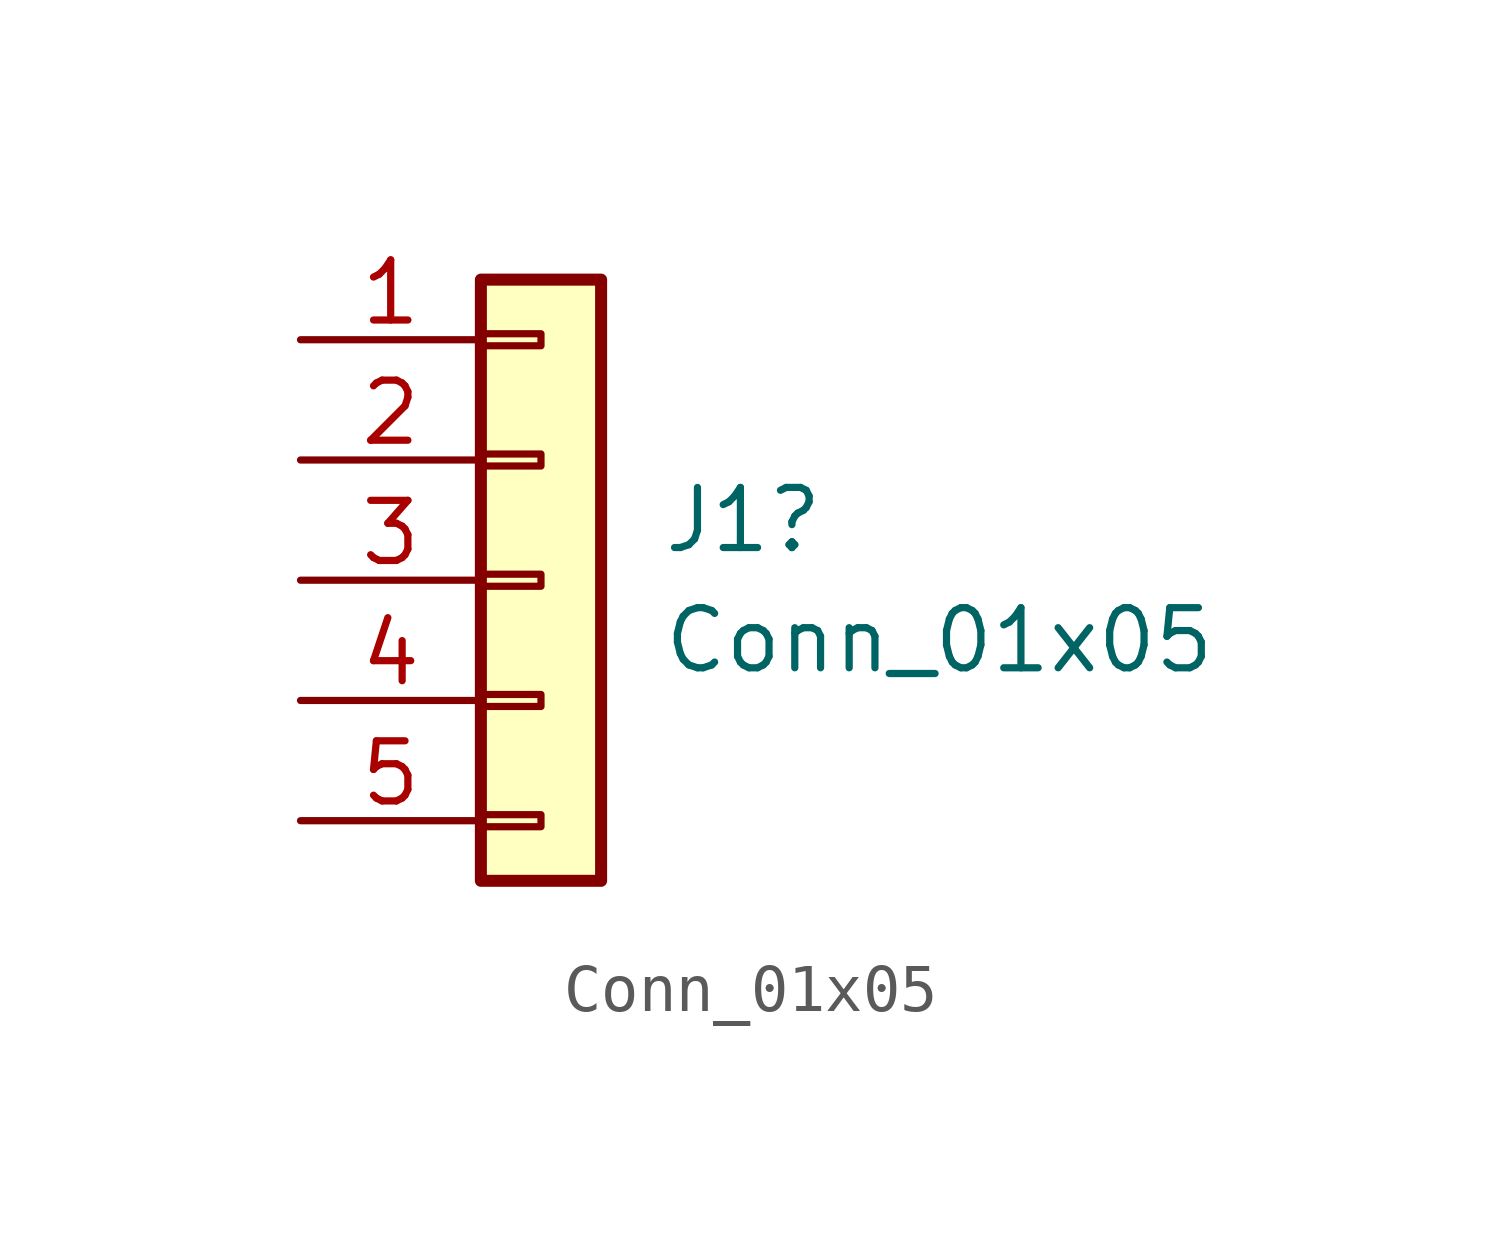
<source format=kicad_sym>
(kicad_symbol_lib
  (version 20231120)
  (generator "kicad_symbol_editor")
  (generator_version "8.0")
  (symbol "Conn_01x05"
    (pin_names
      (offset 1.016) hide)
    (property "Reference" "J1"
      (at 2.54 1.27 0)
      (effects (font (size 1.27 1.27)) (justify left)))
    (property "Value" "Conn_01x05"
      (at 2.54 -1.27 0)
      (effects (font (size 1.27 1.27)) (justify left)))
    (symbol "Conn_01x05_1_1"
      (rectangle (start -1.27 -4.953) (end 0 -5.207) (stroke (width 0.152) (type default)) (fill (type none)))
      (rectangle (start -1.27 -2.413) (end 0 -2.667) (stroke (width 0.152) (type default)) (fill (type none)))
      (rectangle (start -1.27 0.127) (end 0 -0.127) (stroke (width 0.152) (type default)) (fill (type none)))
      (rectangle (start -1.27 2.667) (end 0 2.413) (stroke (width 0.152) (type default)) (fill (type none)))
      (rectangle (start -1.27 5.207) (end 0 4.953) (stroke (width 0.152) (type default)) (fill (type none)))
      (rectangle (start -1.27 6.35) (end 1.27 -6.35) (stroke (width 0.254) (type default)) (fill (type background)))
      (pin passive line (at -5.08 5.08 0) (length 3.81) (name "Pin_1" (effects (font (size 1.27 1.27)))) (number "1" (effects (font (size 1.27 1.27)))))
      (pin passive line (at -5.08 2.54 0) (length 3.81) (name "Pin_2" (effects (font (size 1.27 1.27)))) (number "2" (effects (font (size 1.27 1.27)))))
      (pin passive line (at -5.08 0 0) (length 3.81) (name "Pin_3" (effects (font (size 1.27 1.27)))) (number "3" (effects (font (size 1.27 1.27)))))
      (pin passive line (at -5.08 -2.54 0) (length 3.81) (name "Pin_4" (effects (font (size 1.27 1.27)))) (number "4" (effects (font (size 1.27 1.27)))))
      (pin passive line (at -5.08 -5.08 0) (length 3.81) (name "Pin_5" (effects (font (size 1.27 1.27)))) (number "5" (effects (font (size 1.27 1.27))))))))
</source>
